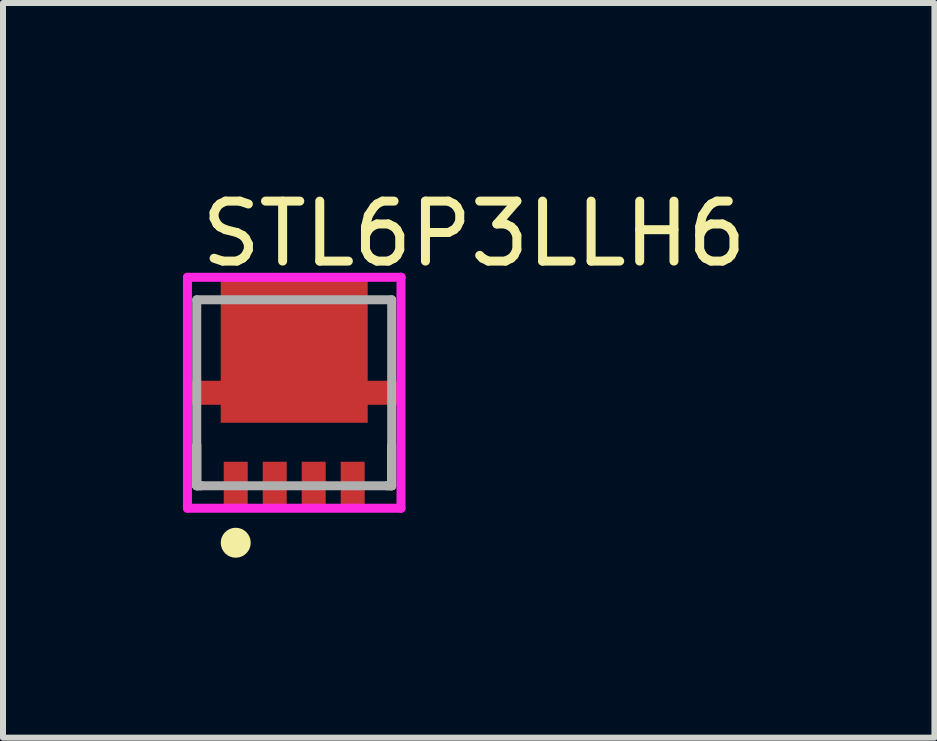
<source format=kicad_pcb>
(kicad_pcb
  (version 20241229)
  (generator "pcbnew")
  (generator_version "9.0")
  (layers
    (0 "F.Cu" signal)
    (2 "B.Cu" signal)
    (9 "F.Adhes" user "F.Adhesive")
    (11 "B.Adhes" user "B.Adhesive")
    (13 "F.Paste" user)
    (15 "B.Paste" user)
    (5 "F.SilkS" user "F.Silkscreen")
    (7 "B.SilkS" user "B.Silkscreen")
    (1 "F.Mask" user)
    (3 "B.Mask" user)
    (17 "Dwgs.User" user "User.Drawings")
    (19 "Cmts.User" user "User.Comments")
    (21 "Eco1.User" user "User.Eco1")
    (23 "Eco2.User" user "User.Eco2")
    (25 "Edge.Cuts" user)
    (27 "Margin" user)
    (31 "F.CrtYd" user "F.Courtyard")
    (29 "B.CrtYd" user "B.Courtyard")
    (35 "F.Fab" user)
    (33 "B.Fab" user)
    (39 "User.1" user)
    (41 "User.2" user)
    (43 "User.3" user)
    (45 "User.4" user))
  (footprint "STL6P3LLH6"
    (layer "F.Cu")
    (at 1.855 3.498)
    (property "Reference" "STL6P3LLH6" (at -1.625 -2.65 0) (layer "F.SilkS") (effects (font (size 1 1) (thickness 0.15)) (justify left)))
    (attr through_hole)
    (fp_line (start -1.625 1.55) (end -1.625 0.875) (stroke (width 0.15) (type solid)) (layer "F.SilkS"))
    (fp_line (start -1.625 1.55) (end -1.55 1.55) (stroke (width 0.15) (type solid)) (layer "F.SilkS"))
    (fp_line (start 1.55 1.55) (end 1.625 1.55) (stroke (width 0.15) (type solid)) (layer "F.SilkS"))
    (fp_line (start 1.625 1.55) (end 1.625 0.875) (stroke (width 0.15) (type solid)) (layer "F.SilkS"))
    (fp_circle (center -0.975 2.5) (end -0.85 2.5) (stroke (width 0.25) (type solid)) (fill no) (layer "F.SilkS"))
    (fp_line (start -1.78 -1.925) (end -1.78 1.925) (stroke (width 0.15) (type solid)) (layer "F.CrtYd"))
    (fp_line (start -1.78 1.925) (end 1.78 1.925) (stroke (width 0.15) (type solid)) (layer "F.CrtYd"))
    (fp_line (start 1.78 -1.925) (end -1.78 -1.925) (stroke (width 0.15) (type solid)) (layer "F.CrtYd"))
    (fp_line (start 1.78 -1.925) (end 1.78 -1.925) (stroke (width 0.15) (type solid)) (layer "F.CrtYd"))
    (fp_line (start 1.78 1.925) (end 1.78 -1.925) (stroke (width 0.15) (type solid)) (layer "F.CrtYd"))
    (fp_line (start -1.625 -1.55) (end 1.625 -1.55) (stroke (width 0.15) (type solid)) (layer "F.Fab"))
    (fp_line (start -1.625 1.55) (end -1.625 -1.55) (stroke (width 0.15) (type solid)) (layer "F.Fab"))
    (fp_line (start 1.625 -1.55) (end 1.625 1.55) (stroke (width 0.15) (type solid)) (layer "F.Fab"))
    (fp_line (start 1.625 1.55) (end -1.625 1.55) (stroke (width 0.15) (type solid)) (layer "F.Fab"))
    (pad "1" smd rect (at -0.975 1.525) (size 0.4 0.75) (layers "F.Cu" "F.Mask" "F.Paste"))
    (pad "2" smd rect (at -0.325 1.525) (size 0.4 0.75) (layers "F.Cu" "F.Mask" "F.Paste"))
    (pad "3" smd rect (at 0.325 1.525) (size 0.4 0.75) (layers "F.Cu" "F.Mask" "F.Paste"))
    (pad "4" smd rect (at 0.975 1.525) (size 0.4 0.75) (layers "F.Cu" "F.Mask" "F.Paste"))
    (pad "5-6-7-8" smd custom (at 0 -1.05) (size 1 1) (layers "F.Cu" "F.Mask" "F.Paste") (options (anchor circle)) (primitives (gr_poly (pts (xy -1.225 1.55) (xy 1.225 1.55) (xy 1.225 1.25) (xy 1.755 1.25) (xy 1.755 0.85) (xy 1.225 0.85) (xy 1.225 -0.85) (xy -1.225 -0.85) (xy -1.225 0.85) (xy -1.755 0.85) (xy -1.755 1.25) (xy -1.225 1.25) (xy -1.225 1.55)) (width 0) (fill yes)))))
  (gr_rect
    (start -3 -3)
    (end 12.528 9.248)
    (stroke (width 0.1) (type default))
    (fill no)
    (layer "Edge.Cuts")))
</source>
